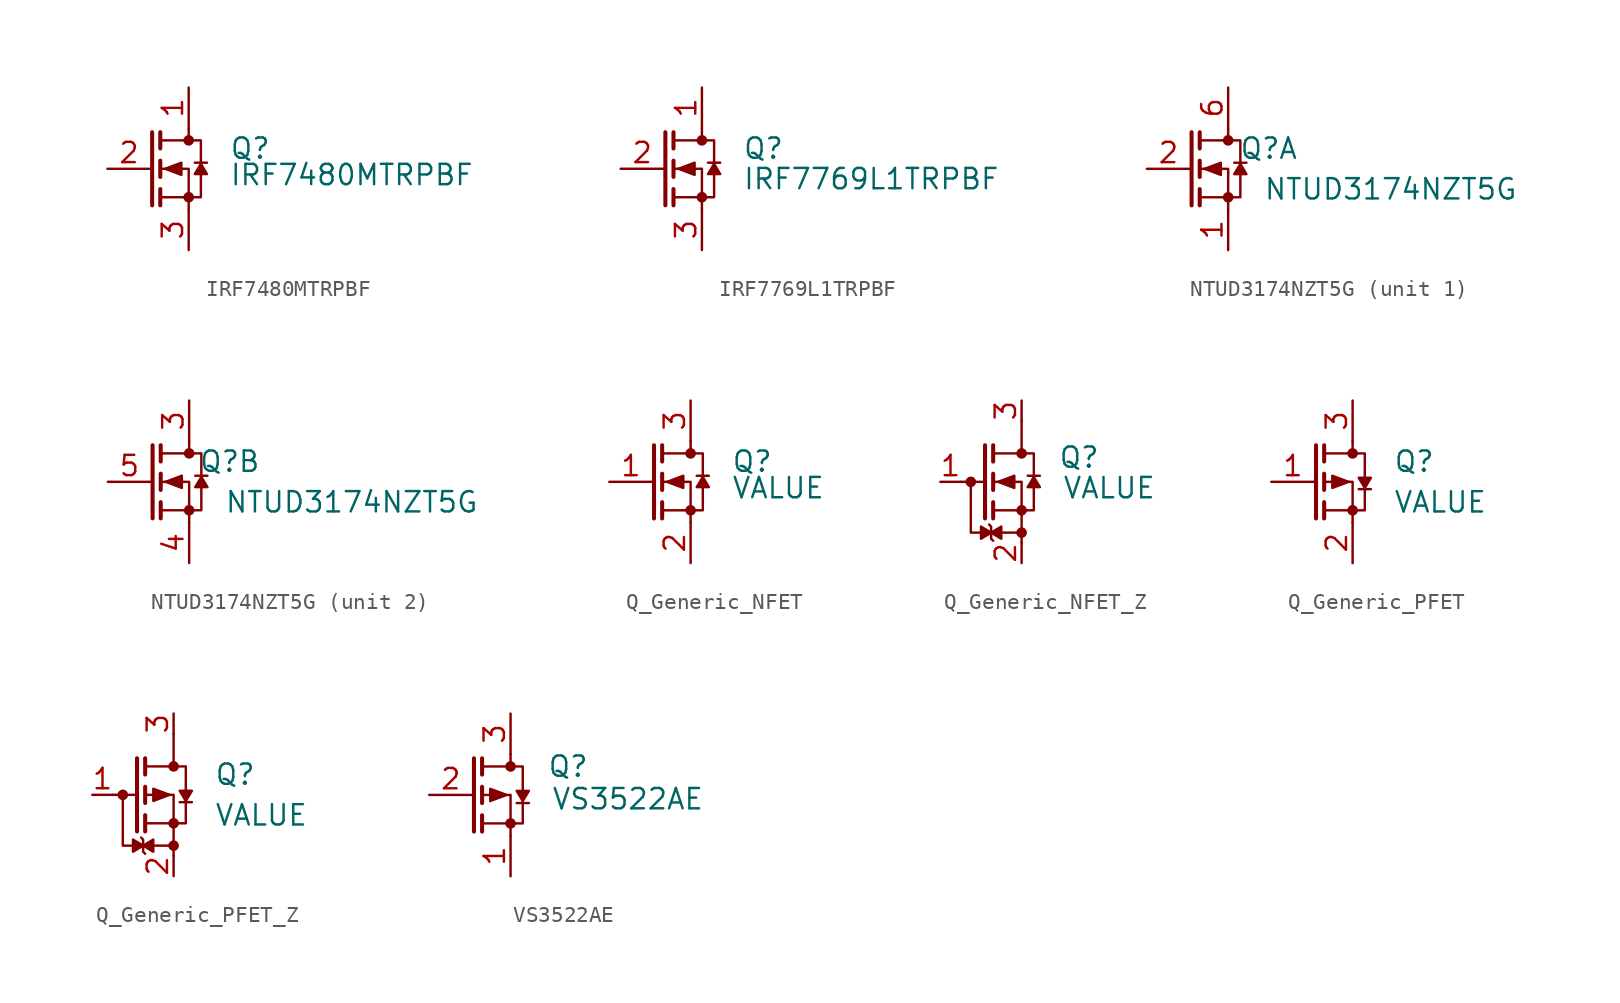
<source format=kicad_sym>
(kicad_symbol_lib
  (version 20241209)
  (generator "kicad_symbol_editor")
  (generator_version "9.0")
  (symbol "IRF7480MTRPBF"
    (pin_names
      (offset 0)
      (hide yes))
    (property "Reference" "Q"
      (at 2.54 1.27 0)
      (effects (font (size 1.27 1.27)) (justify left)))
    (property "Value" "IRF7480MTRPBF"
      (at 2.54 -0.381 0)
      (effects (font (size 1.27 1.27)) (justify left)))
    (symbol "IRF7480MTRPBF_0_1"
      (polyline (pts (xy -2.286 -2.286) (xy -2.286 2.286)) (stroke (width 0.254) (type default)) (fill (type none)))
      (polyline (pts (xy -1.778 2.286) (xy -1.778 1.27)) (stroke (width 0.254) (type default)) (fill (type none)))
      (polyline (pts (xy -1.778 1.778) (xy 0.762 1.778) (xy 0.762 -1.778) (xy -1.778 -1.778)) (stroke (width 0) (type default)) (fill (type none)))
      (polyline (pts (xy -1.778 0.508) (xy -1.778 -0.508)) (stroke (width 0.254) (type default)) (fill (type none)))
      (polyline (pts (xy -1.778 -1.27) (xy -1.778 -2.286)) (stroke (width 0.254) (type default)) (fill (type none)))
      (polyline (pts (xy -1.473 0) (xy -0.457 -0.381) (xy -0.457 0.381) (xy -1.473 0)) (stroke (width 0) (type default)) (fill (type outline)))
      (polyline (pts (xy 0 2.54) (xy 0 1.778)) (stroke (width 0) (type default)) (fill (type none)))
      (circle (center 0 1.778) (radius 0.254) (stroke (width 0) (type default)) (fill (type outline)))
      (circle (center 0 -1.778) (radius 0.254) (stroke (width 0) (type default)) (fill (type outline)))
      (polyline (pts (xy 0 -2.54) (xy 0 0) (xy -1.778 0)) (stroke (width 0) (type default)) (fill (type none)))
      (polyline (pts (xy 1.143 0.381) (xy 0.381 0.381)) (stroke (width 0) (type default)) (fill (type none))))
    (symbol "IRF7480MTRPBF_1_1"
      (polyline (pts (xy 0.762 0.305) (xy 1.143 -0.33) (xy 0.381 -0.33) (xy 0.762 0.305)) (stroke (width 0) (type default)) (fill (type outline)))
      (pin input line (at -5.08 0 0) (length 2.692) (name "G" (effects (font (size 1.27 1.27)))) (number "2" (effects (font (size 1.27 1.27)))))
      (pin passive line (at 0 5.08 270) (length 2.54) (name "D" (effects (font (size 1.27 1.27)))) (number "1" (effects (font (size 1.27 1.27)))))
      (pin passive line (at 0 -5.08 90) (length 2.54) (name "S" (effects (font (size 1.27 1.27)))) (number "3" (effects (font (size 1.27 1.27)))))))
  (symbol "IRF7769L1TRPBF"
    (pin_names
      (offset 0)
      (hide yes))
    (property "Reference" "Q"
      (at 2.54 1.27 0)
      (effects (font (size 1.27 1.27)) (justify left)))
    (property "Value" "IRF7769L1TRPBF"
      (at 2.54 -0.635 0)
      (effects (font (size 1.27 1.27)) (justify left)))
    (symbol "IRF7769L1TRPBF_0_1"
      (polyline (pts (xy -2.286 -2.286) (xy -2.286 2.286)) (stroke (width 0.254) (type default)) (fill (type none)))
      (polyline (pts (xy -1.778 2.286) (xy -1.778 1.27)) (stroke (width 0.254) (type default)) (fill (type none)))
      (polyline (pts (xy -1.778 1.778) (xy 0.762 1.778) (xy 0.762 -1.778) (xy -1.778 -1.778)) (stroke (width 0) (type default)) (fill (type none)))
      (polyline (pts (xy -1.778 0.508) (xy -1.778 -0.508)) (stroke (width 0.254) (type default)) (fill (type none)))
      (polyline (pts (xy -1.778 -1.27) (xy -1.778 -2.286)) (stroke (width 0.254) (type default)) (fill (type none)))
      (polyline (pts (xy -1.473 0) (xy -0.457 -0.381) (xy -0.457 0.381) (xy -1.473 0)) (stroke (width 0) (type default)) (fill (type outline)))
      (polyline (pts (xy 0 2.54) (xy 0 1.778)) (stroke (width 0) (type default)) (fill (type none)))
      (circle (center 0 1.778) (radius 0.254) (stroke (width 0) (type default)) (fill (type outline)))
      (circle (center 0 -1.778) (radius 0.254) (stroke (width 0) (type default)) (fill (type outline)))
      (polyline (pts (xy 0 -2.54) (xy 0 0) (xy -1.778 0)) (stroke (width 0) (type default)) (fill (type none)))
      (polyline (pts (xy 1.143 0.381) (xy 0.381 0.381)) (stroke (width 0) (type default)) (fill (type none))))
    (symbol "IRF7769L1TRPBF_1_1"
      (polyline (pts (xy 0.762 0.305) (xy 1.143 -0.33) (xy 0.381 -0.33) (xy 0.762 0.305)) (stroke (width 0) (type default)) (fill (type outline)))
      (pin input line (at -5.08 0 0) (length 2.692) (name "G" (effects (font (size 1.27 1.27)))) (number "2" (effects (font (size 1.27 1.27)))))
      (pin passive line (at 0 5.08 270) (length 2.54) (name "D" (effects (font (size 1.27 1.27)))) (number "1" (effects (font (size 1.27 1.27)))))
      (pin passive line (at 0 -5.08 90) (length 2.54) (name "S" (effects (font (size 1.27 1.27)))) (number "3" (effects (font (size 1.27 1.27)))))))
  (symbol "NTUD3174NZT5G"
    (pin_names
      (hide yes))
    (property "Reference" "Q"
      (at 2.54 1.27 0)
      (effects (font (size 1.27 1.27))))
    (property "Value" "NTUD3174NZT5G"
      (at 10.16 -1.27 0)
      (effects (font (size 1.27 1.27))))
    (symbol "NTUD3174NZT5G_0_1"
      (polyline (pts (xy -2.286 -2.286) (xy -2.286 2.286)) (stroke (width 0.254) (type default)) (fill (type none)))
      (polyline (pts (xy -1.778 2.286) (xy -1.778 1.27)) (stroke (width 0.254) (type default)) (fill (type none)))
      (polyline (pts (xy -1.778 1.778) (xy 0.762 1.778) (xy 0.762 -1.778) (xy -1.778 -1.778)) (stroke (width 0) (type default)) (fill (type none)))
      (polyline (pts (xy -1.778 0.508) (xy -1.778 -0.508)) (stroke (width 0.254) (type default)) (fill (type none)))
      (polyline (pts (xy -1.778 -1.27) (xy -1.778 -2.286)) (stroke (width 0.254) (type default)) (fill (type none)))
      (polyline (pts (xy -1.473 0) (xy -0.457 -0.381) (xy -0.457 0.381) (xy -1.473 0)) (stroke (width 0) (type default)) (fill (type outline)))
      (polyline (pts (xy 0 2.54) (xy 0 1.778)) (stroke (width 0) (type default)) (fill (type none)))
      (circle (center 0 1.778) (radius 0.254) (stroke (width 0) (type default)) (fill (type outline)))
      (circle (center 0 -1.778) (radius 0.254) (stroke (width 0) (type default)) (fill (type outline)))
      (polyline (pts (xy 0 -2.54) (xy 0 0) (xy -1.778 0)) (stroke (width 0) (type default)) (fill (type none)))
      (polyline (pts (xy 0.762 0.305) (xy 1.143 -0.33) (xy 0.381 -0.33) (xy 0.762 0.305)) (stroke (width 0) (type default)) (fill (type outline)))
      (polyline (pts (xy 1.143 0.381) (xy 0.381 0.381)) (stroke (width 0) (type default)) (fill (type none))))
    (symbol "NTUD3174NZT5G_1_1"
      (pin input line (at -5.08 0 0) (length 2.692) (name "G" (effects (font (size 1.27 1.27)))) (number "2" (effects (font (size 1.27 1.27)))))
      (pin passive line (at 0 5.08 270) (length 2.54) (name "D" (effects (font (size 1.27 1.27)))) (number "6" (effects (font (size 1.27 1.27)))))
      (pin passive line (at 0 -5.08 90) (length 2.54) (name "S" (effects (font (size 1.27 1.27)))) (number "1" (effects (font (size 1.27 1.27))))))
    (symbol "NTUD3174NZT5G_2_1"
      (pin input line (at -5.08 0 0) (length 2.692) (name "G" (effects (font (size 1.27 1.27)))) (number "5" (effects (font (size 1.27 1.27)))))
      (pin passive line (at 0 5.08 270) (length 2.54) (name "D" (effects (font (size 1.27 1.27)))) (number "3" (effects (font (size 1.27 1.27)))))
      (pin passive line (at 0 -5.08 90) (length 2.54) (name "S" (effects (font (size 1.27 1.27)))) (number "4" (effects (font (size 1.27 1.27)))))))
  (symbol "Q_Generic_NFET"
    (pin_names
      (offset 0)
      (hide yes))
    (property "Reference" "Q"
      (at 2.54 1.27 0)
      (effects (font (size 1.27 1.27)) (justify left)))
    (property "Value" "VALUE"
      (at 2.54 -0.381 0)
      (effects (font (size 1.27 1.27)) (justify left)))
    (symbol "Q_Generic_NFET_0_1"
      (polyline (pts (xy -2.286 -2.286) (xy -2.286 2.286)) (stroke (width 0.254) (type default)) (fill (type none)))
      (polyline (pts (xy -1.778 2.286) (xy -1.778 1.27)) (stroke (width 0.254) (type default)) (fill (type none)))
      (polyline (pts (xy -1.778 1.778) (xy 0.762 1.778) (xy 0.762 -1.778) (xy -1.778 -1.778)) (stroke (width 0) (type default)) (fill (type none)))
      (polyline (pts (xy -1.778 0.508) (xy -1.778 -0.508)) (stroke (width 0.254) (type default)) (fill (type none)))
      (polyline (pts (xy -1.778 -1.27) (xy -1.778 -2.286)) (stroke (width 0.254) (type default)) (fill (type none)))
      (polyline (pts (xy -1.473 0) (xy -0.457 -0.381) (xy -0.457 0.381) (xy -1.473 0)) (stroke (width 0) (type default)) (fill (type outline)))
      (polyline (pts (xy 0 2.54) (xy 0 1.778)) (stroke (width 0) (type default)) (fill (type none)))
      (circle (center 0 1.778) (radius 0.254) (stroke (width 0) (type default)) (fill (type outline)))
      (circle (center 0 -1.778) (radius 0.254) (stroke (width 0) (type default)) (fill (type outline)))
      (polyline (pts (xy 0 -2.54) (xy 0 0) (xy -1.778 0)) (stroke (width 0) (type default)) (fill (type none)))
      (polyline (pts (xy 1.143 0.381) (xy 0.381 0.381)) (stroke (width 0) (type default)) (fill (type none))))
    (symbol "Q_Generic_NFET_1_1"
      (polyline (pts (xy 0.762 0.305) (xy 1.143 -0.33) (xy 0.381 -0.33) (xy 0.762 0.305)) (stroke (width 0) (type default)) (fill (type outline)))
      (pin input line (at -5.08 0 0) (length 2.692) (name "G" (effects (font (size 1.27 1.27)))) (number "1" (effects (font (size 1.27 1.27)))))
      (pin passive line (at 0 5.08 270) (length 2.54) (name "D" (effects (font (size 1.27 1.27)))) (number "3" (effects (font (size 1.27 1.27)))))
      (pin passive line (at 0 -5.08 90) (length 2.54) (name "S" (effects (font (size 1.27 1.27)))) (number "2" (effects (font (size 1.27 1.27)))))))
  (symbol "Q_Generic_NFET_Z"
    (pin_names
      (offset 0)
      (hide yes))
    (property "Reference" "Q"
      (at 2.286 1.524 0)
      (effects (font (size 1.27 1.27)) (justify left)))
    (property "Value" "VALUE"
      (at 2.54 -0.381 0)
      (effects (font (size 1.27 1.27)) (justify left)))
    (symbol "Q_Generic_NFET_Z_0_1"
      (polyline (pts (xy -3.81 0) (xy -2.286 0)) (stroke (width 0) (type default)) (fill (type none)))
      (circle (center -3.175 0) (radius 0.254) (stroke (width 0) (type default)) (fill (type outline)))
      (polyline (pts (xy -2.286 -2.286) (xy -2.286 2.286)) (stroke (width 0.254) (type default)) (fill (type none)))
      (polyline (pts (xy -1.778 2.286) (xy -1.778 1.27)) (stroke (width 0.254) (type default)) (fill (type none)))
      (polyline (pts (xy -1.778 1.778) (xy 0.762 1.778) (xy 0.762 -1.778) (xy -1.778 -1.778)) (stroke (width 0) (type default)) (fill (type none)))
      (polyline (pts (xy -1.778 0.508) (xy -1.778 -0.508)) (stroke (width 0.254) (type default)) (fill (type none)))
      (polyline (pts (xy -1.778 -1.27) (xy -1.778 -2.286)) (stroke (width 0.254) (type default)) (fill (type none)))
      (polyline (pts (xy -1.778 -3.683) (xy -1.905 -3.556) (xy -1.905 -2.794) (xy -2.032 -2.667)) (stroke (width 0) (type default)) (fill (type none)))
      (polyline (pts (xy -1.473 0) (xy -0.457 -0.381) (xy -0.457 0.381) (xy -1.473 0)) (stroke (width 0) (type default)) (fill (type outline)))
      (polyline (pts (xy 0 3.81) (xy 0 1.778)) (stroke (width 0) (type default)) (fill (type none)))
      (circle (center 0 1.778) (radius 0.254) (stroke (width 0) (type default)) (fill (type outline)))
      (circle (center 0 -1.778) (radius 0.254) (stroke (width 0) (type default)) (fill (type outline)))
      (polyline (pts (xy 0 -3.175) (xy -3.175 -3.175) (xy -3.175 0)) (stroke (width 0) (type default)) (fill (type none)))
      (circle (center 0 -3.175) (radius 0.254) (stroke (width 0) (type default)) (fill (type outline)))
      (polyline (pts (xy 0 -3.81) (xy 0 0) (xy -1.778 0)) (stroke (width 0) (type default)) (fill (type none)))
      (polyline (pts (xy 1.143 0.381) (xy 0.381 0.381)) (stroke (width 0) (type default)) (fill (type none))))
    (symbol "Q_Generic_NFET_Z_1_1"
      (polyline (pts (xy -1.905 -3.175) (xy -2.54 -3.556) (xy -2.54 -2.794) (xy -1.905 -3.175)) (stroke (width 0) (type default)) (fill (type outline)))
      (polyline (pts (xy -1.905 -3.175) (xy -1.27 -2.794) (xy -1.27 -3.556) (xy -1.905 -3.175)) (stroke (width 0) (type default)) (fill (type outline)))
      (polyline (pts (xy 0.762 0.305) (xy 1.143 -0.33) (xy 0.381 -0.33) (xy 0.762 0.305)) (stroke (width 0) (type default)) (fill (type outline)))
      (pin input line (at -5.08 0 0) (length 1.27) (name "G" (effects (font (size 1.27 1.27)))) (number "1" (effects (font (size 1.27 1.27)))))
      (pin passive line (at 0 5.08 270) (length 1.27) (name "D" (effects (font (size 1.27 1.27)))) (number "3" (effects (font (size 1.27 1.27)))))
      (pin passive line (at 0 -5.08 90) (length 1.27) (name "S" (effects (font (size 1.27 1.27)))) (number "2" (effects (font (size 1.27 1.27)))))))
  (symbol "Q_Generic_PFET"
    (pin_names
      (offset 0)
      (hide yes))
    (property "Reference" "Q"
      (at 2.54 1.27 0)
      (effects (font (size 1.27 1.27)) (justify left)))
    (property "Value" "VALUE"
      (at 2.54 -1.27 0)
      (effects (font (size 1.27 1.27)) (justify left)))
    (symbol "Q_Generic_PFET_0_1"
      (polyline (pts (xy -2.286 -2.286) (xy -2.286 2.286)) (stroke (width 0.254) (type default)) (fill (type none)))
      (polyline (pts (xy -1.778 2.286) (xy -1.778 1.27)) (stroke (width 0.254) (type default)) (fill (type none)))
      (polyline (pts (xy -1.778 1.778) (xy 0.762 1.778) (xy 0.762 -1.778) (xy -1.778 -1.778)) (stroke (width 0) (type default)) (fill (type none)))
      (polyline (pts (xy -1.778 0.508) (xy -1.778 -0.508)) (stroke (width 0.254) (type default)) (fill (type none)))
      (polyline (pts (xy -1.778 -1.27) (xy -1.778 -2.286)) (stroke (width 0.254) (type default)) (fill (type none)))
      (polyline (pts (xy -0.254 0) (xy -1.27 0.381) (xy -1.27 -0.381) (xy -0.254 0)) (stroke (width 0) (type default)) (fill (type outline)))
      (polyline (pts (xy 0 2.54) (xy 0 1.778)) (stroke (width 0) (type default)) (fill (type none)))
      (circle (center 0 1.778) (radius 0.254) (stroke (width 0) (type default)) (fill (type outline)))
      (circle (center 0 -1.778) (radius 0.254) (stroke (width 0) (type default)) (fill (type outline)))
      (polyline (pts (xy 0 -2.54) (xy 0 0) (xy -1.778 0)) (stroke (width 0) (type default)) (fill (type none)))
      (polyline (pts (xy 1.143 -0.457) (xy 0.381 -0.457)) (stroke (width 0) (type default)) (fill (type none))))
    (symbol "Q_Generic_PFET_1_1"
      (polyline (pts (xy 0.762 -0.381) (xy 0.381 0.254) (xy 1.143 0.254) (xy 0.762 -0.381)) (stroke (width 0) (type default)) (fill (type outline)))
      (pin input line (at -5.08 0 0) (length 2.692) (name "G" (effects (font (size 1.27 1.27)))) (number "1" (effects (font (size 1.27 1.27)))))
      (pin passive line (at 0 5.08 270) (length 2.54) (name "D" (effects (font (size 1.27 1.27)))) (number "3" (effects (font (size 1.27 1.27)))))
      (pin passive line (at 0 -5.08 90) (length 2.54) (name "S" (effects (font (size 1.27 1.27)))) (number "2" (effects (font (size 1.27 1.27)))))))
  (symbol "Q_Generic_PFET_Z"
    (pin_names
      (offset 0)
      (hide yes))
    (property "Reference" "Q"
      (at 2.54 1.27 0)
      (effects (font (size 1.27 1.27)) (justify left)))
    (property "Value" "VALUE"
      (at 2.54 -1.27 0)
      (effects (font (size 1.27 1.27)) (justify left)))
    (symbol "Q_Generic_PFET_Z_0_1"
      (polyline (pts (xy -3.81 0) (xy -2.286 0)) (stroke (width 0) (type default)) (fill (type none)))
      (circle (center -3.175 0) (radius 0.254) (stroke (width 0) (type default)) (fill (type outline)))
      (polyline (pts (xy -2.286 -2.286) (xy -2.286 2.286)) (stroke (width 0.254) (type default)) (fill (type none)))
      (polyline (pts (xy -1.778 2.286) (xy -1.778 1.27)) (stroke (width 0.254) (type default)) (fill (type none)))
      (polyline (pts (xy -1.778 1.778) (xy 0.762 1.778) (xy 0.762 -1.778) (xy -1.778 -1.778)) (stroke (width 0) (type default)) (fill (type none)))
      (polyline (pts (xy -1.778 0.508) (xy -1.778 -0.508)) (stroke (width 0.254) (type default)) (fill (type none)))
      (polyline (pts (xy -1.778 -1.27) (xy -1.778 -2.286)) (stroke (width 0.254) (type default)) (fill (type none)))
      (polyline (pts (xy -1.778 -3.683) (xy -1.905 -3.556) (xy -1.905 -2.794) (xy -2.032 -2.667)) (stroke (width 0) (type default)) (fill (type none)))
      (polyline (pts (xy -0.254 0) (xy -1.27 0.381) (xy -1.27 -0.381) (xy -0.254 0)) (stroke (width 0) (type default)) (fill (type outline)))
      (polyline (pts (xy 0 3.81) (xy 0 1.778)) (stroke (width 0) (type default)) (fill (type none)))
      (circle (center 0 1.778) (radius 0.254) (stroke (width 0) (type default)) (fill (type outline)))
      (circle (center 0 -1.778) (radius 0.254) (stroke (width 0) (type default)) (fill (type outline)))
      (polyline (pts (xy 0 -3.175) (xy -3.175 -3.175) (xy -3.175 0)) (stroke (width 0) (type default)) (fill (type none)))
      (circle (center 0 -3.175) (radius 0.254) (stroke (width 0) (type default)) (fill (type outline)))
      (polyline (pts (xy 0 -3.81) (xy 0 0) (xy -1.778 0)) (stroke (width 0) (type default)) (fill (type none)))
      (polyline (pts (xy 1.143 -0.457) (xy 0.381 -0.457)) (stroke (width 0) (type default)) (fill (type none))))
    (symbol "Q_Generic_PFET_Z_1_1"
      (polyline (pts (xy -1.905 -3.175) (xy -2.54 -3.556) (xy -2.54 -2.794) (xy -1.905 -3.175)) (stroke (width 0) (type default)) (fill (type outline)))
      (polyline (pts (xy -1.905 -3.175) (xy -1.27 -2.794) (xy -1.27 -3.556) (xy -1.905 -3.175)) (stroke (width 0) (type default)) (fill (type outline)))
      (polyline (pts (xy 0.762 -0.381) (xy 0.381 0.254) (xy 1.143 0.254) (xy 0.762 -0.381)) (stroke (width 0) (type default)) (fill (type outline)))
      (pin input line (at -5.08 0 0) (length 1.27) (name "G" (effects (font (size 1.27 1.27)))) (number "1" (effects (font (size 1.27 1.27)))))
      (pin passive line (at 0 5.08 270) (length 1.27) (name "D" (effects (font (size 1.27 1.27)))) (number "3" (effects (font (size 1.27 1.27)))))
      (pin passive line (at 0 -5.08 90) (length 1.27) (name "S" (effects (font (size 1.27 1.27)))) (number "2" (effects (font (size 1.27 1.27)))))))
  (symbol "VS3522AE"
    (pin_names
      (offset 0)
      (hide yes))
    (property "Reference" "Q"
      (at 2.286 1.778 0)
      (effects (font (size 1.27 1.27)) (justify left)))
    (property "Value" "VS3522AE"
      (at 2.54 -0.254 0)
      (effects (font (size 1.27 1.27)) (justify left)))
    (symbol "VS3522AE_0_1"
      (polyline (pts (xy -2.286 -2.286) (xy -2.286 2.286)) (stroke (width 0.254) (type default)) (fill (type none)))
      (polyline (pts (xy -1.778 2.286) (xy -1.778 1.27)) (stroke (width 0.254) (type default)) (fill (type none)))
      (polyline (pts (xy -1.778 1.778) (xy 0.762 1.778) (xy 0.762 -1.778) (xy -1.778 -1.778)) (stroke (width 0) (type default)) (fill (type none)))
      (polyline (pts (xy -1.778 0.508) (xy -1.778 -0.508)) (stroke (width 0.254) (type default)) (fill (type none)))
      (polyline (pts (xy -1.778 -1.27) (xy -1.778 -2.286)) (stroke (width 0.254) (type default)) (fill (type none)))
      (polyline (pts (xy -0.254 0) (xy -1.27 0.381) (xy -1.27 -0.381) (xy -0.254 0)) (stroke (width 0) (type default)) (fill (type outline)))
      (polyline (pts (xy 0 2.54) (xy 0 1.778)) (stroke (width 0) (type default)) (fill (type none)))
      (circle (center 0 1.778) (radius 0.254) (stroke (width 0) (type default)) (fill (type outline)))
      (circle (center 0 -1.778) (radius 0.254) (stroke (width 0) (type default)) (fill (type outline)))
      (polyline (pts (xy 0 -2.54) (xy 0 0) (xy -1.778 0)) (stroke (width 0) (type default)) (fill (type none)))
      (polyline (pts (xy 1.143 -0.508) (xy 0.381 -0.508)) (stroke (width 0) (type default)) (fill (type none))))
    (symbol "VS3522AE_1_1"
      (polyline (pts (xy 0.762 -0.381) (xy 0.381 0.254) (xy 1.143 0.254) (xy 0.762 -0.381)) (stroke (width 0) (type default)) (fill (type outline)))
      (pin input line (at -5.08 0 0) (length 2.692) (name "G" (effects (font (size 1.27 1.27)))) (number "2" (effects (font (size 1.27 1.27)))))
      (pin passive line (at 0 5.08 270) (length 2.54) (name "D" (effects (font (size 1.27 1.27)))) (number "3" (effects (font (size 1.27 1.27)))))
      (pin passive line (at 0 -5.08 90) (length 2.54) (name "S" (effects (font (size 1.27 1.27)))) (number "1" (effects (font (size 1.27 1.27))))))))
</source>
